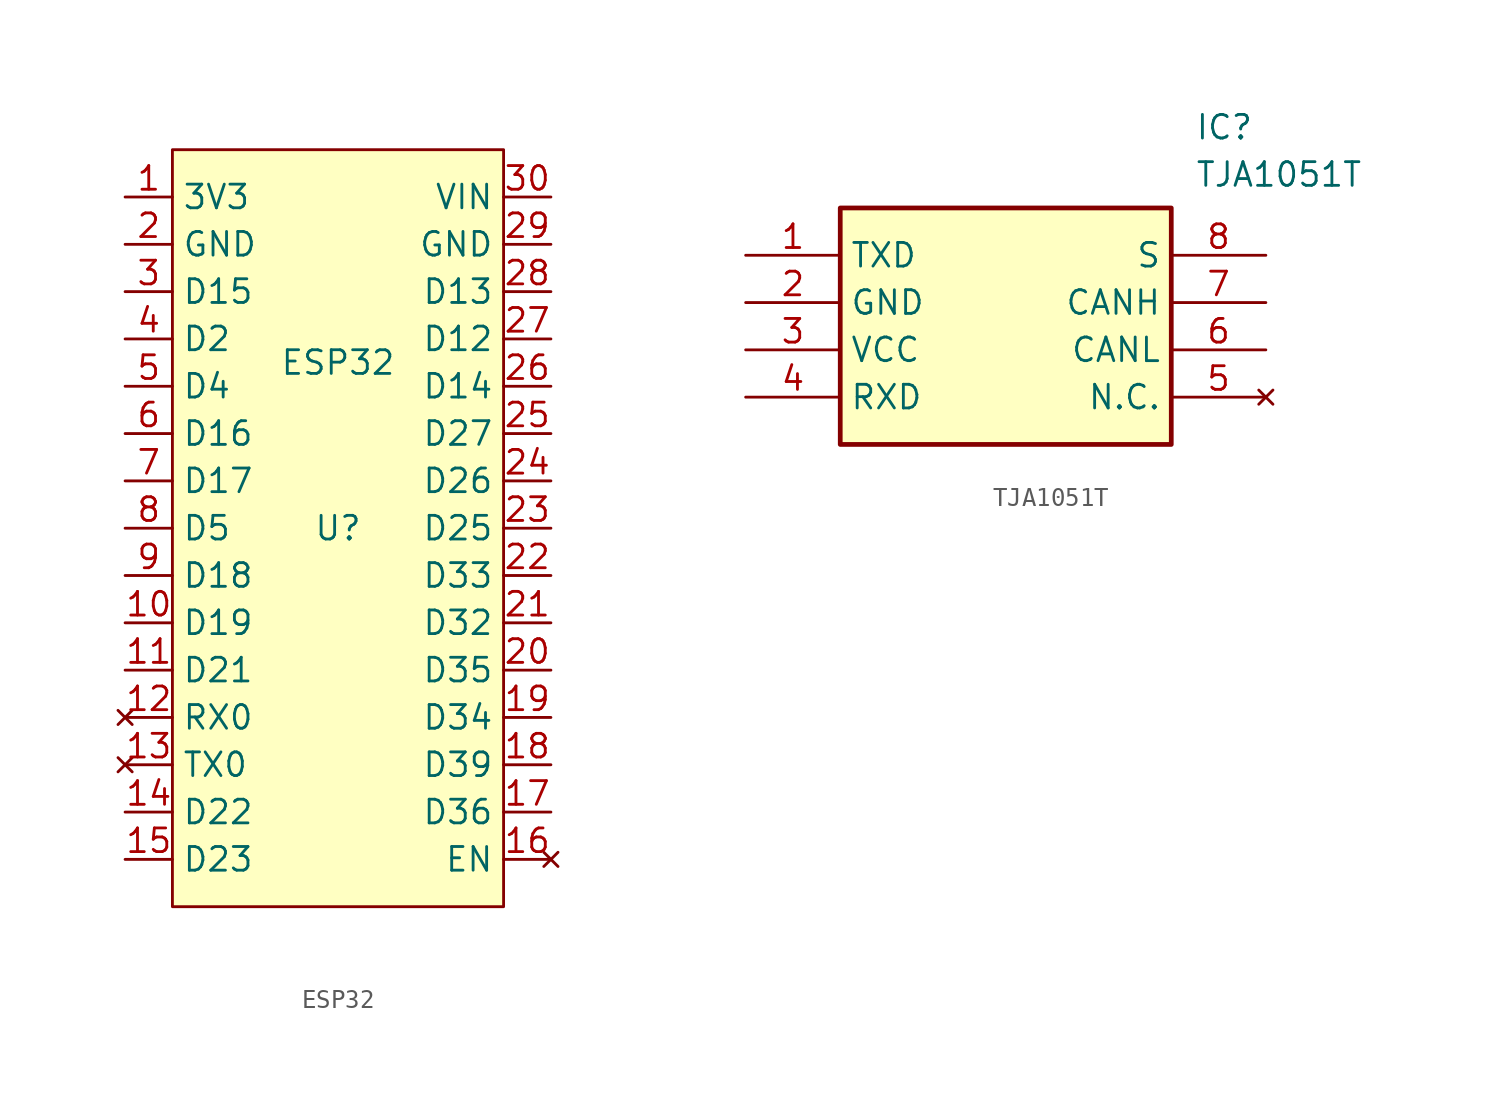
<source format=kicad_sym>
(kicad_symbol_lib
  (version 20231120)
  (generator "kicad_symbol_editor")
  (generator_version "8.0")
  (symbol "ESP32"
    (property "Reference" "U"
      (at 0 0 0)
      (effects (font (size 1.27 1.27))))
    (property "Value" "ESP32"
      (at 0 8.89 0)
      (effects (font (size 1.27 1.27))))
    (symbol "ESP32_1_1"
      (rectangle (start -8.89 20.32) (end 8.89 -20.32) (stroke (width 0) (type default)) (fill (type background)))
      (pin power_out line (at -11.43 17.78 0) (length 2.54) (name "3V3" (effects (font (size 1.27 1.27)))) (number "1" (effects (font (size 1.27 1.27)))))
      (pin bidirectional line (at -11.43 -5.08 0) (length 2.54) (name "D19" (effects (font (size 1.27 1.27)))) (number "10" (effects (font (size 1.27 1.27)))))
      (pin bidirectional line (at -11.43 -7.62 0) (length 2.54) (name "D21" (effects (font (size 1.27 1.27)))) (number "11" (effects (font (size 1.27 1.27)))))
      (pin no_connect line (at -11.43 -10.16 0) (length 2.54) (name "RX0" (effects (font (size 1.27 1.27)))) (number "12" (effects (font (size 1.27 1.27)))))
      (pin no_connect line (at -11.43 -12.7 0) (length 2.54) (name "TX0" (effects (font (size 1.27 1.27)))) (number "13" (effects (font (size 1.27 1.27)))))
      (pin bidirectional line (at -11.43 -15.24 0) (length 2.54) (name "D22" (effects (font (size 1.27 1.27)))) (number "14" (effects (font (size 1.27 1.27)))))
      (pin bidirectional line (at -11.43 -17.78 0) (length 2.54) (name "D23" (effects (font (size 1.27 1.27)))) (number "15" (effects (font (size 1.27 1.27)))))
      (pin no_connect line (at 11.43 -17.78 180) (length 2.54) (name "EN" (effects (font (size 1.27 1.27)))) (number "16" (effects (font (size 1.27 1.27)))))
      (pin input line (at 11.43 -15.24 180) (length 2.54) (name "D36" (effects (font (size 1.27 1.27)))) (number "17" (effects (font (size 1.27 1.27)))))
      (pin input line (at 11.43 -12.7 180) (length 2.54) (name "D39" (effects (font (size 1.27 1.27)))) (number "18" (effects (font (size 1.27 1.27)))))
      (pin output line (at 11.43 -10.16 180) (length 2.54) (name "D34" (effects (font (size 1.27 1.27)))) (number "19" (effects (font (size 1.27 1.27)))))
      (pin power_out line (at -11.43 15.24 0) (length 2.54) (name "GND" (effects (font (size 1.27 1.27)))) (number "2" (effects (font (size 1.27 1.27)))))
      (pin input line (at 11.43 -7.62 180) (length 2.54) (name "D35" (effects (font (size 1.27 1.27)))) (number "20" (effects (font (size 1.27 1.27)))))
      (pin bidirectional line (at 11.43 -5.08 180) (length 2.54) (name "D32" (effects (font (size 1.27 1.27)))) (number "21" (effects (font (size 1.27 1.27)))))
      (pin bidirectional line (at 11.43 -2.54 180) (length 2.54) (name "D33" (effects (font (size 1.27 1.27)))) (number "22" (effects (font (size 1.27 1.27)))))
      (pin bidirectional line (at 11.43 0 180) (length 2.54) (name "D25" (effects (font (size 1.27 1.27)))) (number "23" (effects (font (size 1.27 1.27)))))
      (pin bidirectional line (at 11.43 2.54 180) (length 2.54) (name "D26" (effects (font (size 1.27 1.27)))) (number "24" (effects (font (size 1.27 1.27)))))
      (pin bidirectional line (at 11.43 5.08 180) (length 2.54) (name "D27" (effects (font (size 1.27 1.27)))) (number "25" (effects (font (size 1.27 1.27)))))
      (pin bidirectional line (at 11.43 7.62 180) (length 2.54) (name "D14" (effects (font (size 1.27 1.27)))) (number "26" (effects (font (size 1.27 1.27)))))
      (pin bidirectional line (at 11.43 10.16 180) (length 2.54) (name "D12" (effects (font (size 1.27 1.27)))) (number "27" (effects (font (size 1.27 1.27)))))
      (pin bidirectional line (at 11.43 12.7 180) (length 2.54) (name "D13" (effects (font (size 1.27 1.27)))) (number "28" (effects (font (size 1.27 1.27)))))
      (pin power_out line (at 11.43 15.24 180) (length 2.54) (name "GND" (effects (font (size 1.27 1.27)))) (number "29" (effects (font (size 1.27 1.27)))))
      (pin bidirectional line (at -11.43 12.7 0) (length 2.54) (name "D15" (effects (font (size 1.27 1.27)))) (number "3" (effects (font (size 1.27 1.27)))))
      (pin power_in line (at 11.43 17.78 180) (length 2.54) (name "VIN" (effects (font (size 1.27 1.27)))) (number "30" (effects (font (size 1.27 1.27)))))
      (pin bidirectional line (at -11.43 10.16 0) (length 2.54) (name "D2" (effects (font (size 1.27 1.27)))) (number "4" (effects (font (size 1.27 1.27)))))
      (pin bidirectional line (at -11.43 7.62 0) (length 2.54) (name "D4" (effects (font (size 1.27 1.27)))) (number "5" (effects (font (size 1.27 1.27)))))
      (pin bidirectional line (at -11.43 5.08 0) (length 2.54) (name "D16" (effects (font (size 1.27 1.27)))) (number "6" (effects (font (size 1.27 1.27)))))
      (pin bidirectional line (at -11.43 2.54 0) (length 2.54) (name "D17" (effects (font (size 1.27 1.27)))) (number "7" (effects (font (size 1.27 1.27)))))
      (pin bidirectional line (at -11.43 0 0) (length 2.54) (name "D5" (effects (font (size 1.27 1.27)))) (number "8" (effects (font (size 1.27 1.27)))))
      (pin bidirectional line (at -11.43 -2.54 0) (length 2.54) (name "D18" (effects (font (size 1.27 1.27)))) (number "9" (effects (font (size 1.27 1.27)))))))
  (symbol "TJA1051T"
    (property "Reference" "IC"
      (at 24.13 7.62 0)
      (effects (font (size 1.27 1.27)) (justify left top)))
    (property "Value" "TJA1051T"
      (at 24.13 5.08 0)
      (effects (font (size 1.27 1.27)) (justify left top)))
    (symbol "TJA1051T_1_1"
      (rectangle (start 5.08 2.54) (end 22.86 -10.16) (stroke (width 0.254) (type default)) (fill (type background)))
      (pin passive line (at 0 0 0) (length 5.08) (name "TXD" (effects (font (size 1.27 1.27)))) (number "1" (effects (font (size 1.27 1.27)))))
      (pin passive line (at 0 -2.54 0) (length 5.08) (name "GND" (effects (font (size 1.27 1.27)))) (number "2" (effects (font (size 1.27 1.27)))))
      (pin passive line (at 0 -5.08 0) (length 5.08) (name "VCC" (effects (font (size 1.27 1.27)))) (number "3" (effects (font (size 1.27 1.27)))))
      (pin passive line (at 0 -7.62 0) (length 5.08) (name "RXD" (effects (font (size 1.27 1.27)))) (number "4" (effects (font (size 1.27 1.27)))))
      (pin no_connect line (at 27.94 -7.62 180) (length 5.08) (name "N.C." (effects (font (size 1.27 1.27)))) (number "5" (effects (font (size 1.27 1.27)))))
      (pin passive line (at 27.94 -5.08 180) (length 5.08) (name "CANL" (effects (font (size 1.27 1.27)))) (number "6" (effects (font (size 1.27 1.27)))))
      (pin passive line (at 27.94 -2.54 180) (length 5.08) (name "CANH" (effects (font (size 1.27 1.27)))) (number "7" (effects (font (size 1.27 1.27)))))
      (pin passive line (at 27.94 0 180) (length 5.08) (name "S" (effects (font (size 1.27 1.27)))) (number "8" (effects (font (size 1.27 1.27))))))))
</source>
